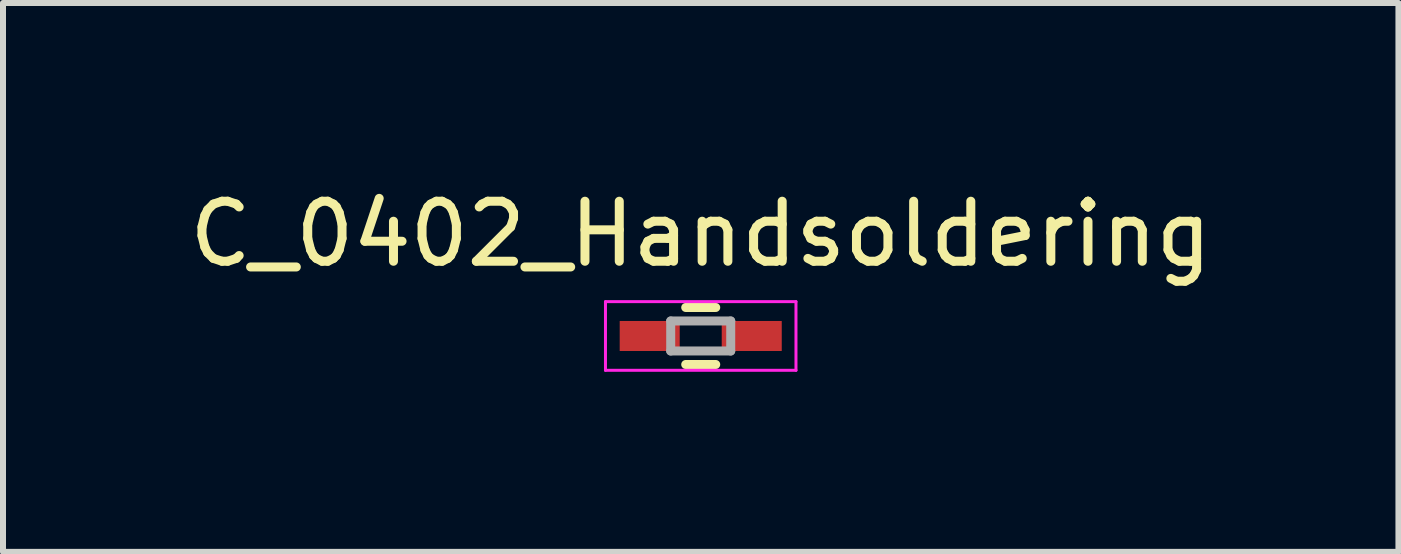
<source format=kicad_pcb>
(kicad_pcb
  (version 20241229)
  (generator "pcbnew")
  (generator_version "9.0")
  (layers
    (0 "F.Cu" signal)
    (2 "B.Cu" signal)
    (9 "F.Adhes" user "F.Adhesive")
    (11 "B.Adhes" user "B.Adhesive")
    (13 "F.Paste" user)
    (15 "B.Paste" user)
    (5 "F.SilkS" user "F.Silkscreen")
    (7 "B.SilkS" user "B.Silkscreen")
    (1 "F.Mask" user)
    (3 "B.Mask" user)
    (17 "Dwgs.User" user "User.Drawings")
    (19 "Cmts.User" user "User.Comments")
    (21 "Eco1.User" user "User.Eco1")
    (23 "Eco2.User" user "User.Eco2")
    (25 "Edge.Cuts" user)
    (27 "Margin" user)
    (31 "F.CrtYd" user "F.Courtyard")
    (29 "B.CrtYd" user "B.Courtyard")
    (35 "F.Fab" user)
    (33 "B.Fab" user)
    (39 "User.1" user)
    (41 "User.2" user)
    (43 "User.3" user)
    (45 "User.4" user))
  (footprint "C_0402_Handsoldering"
    (layer "F.Cu")
    (at 8.625 2.548)
    (property "Reference" "C_0402_Handsoldering" (at 0 -1.7 0) (layer "F.SilkS") (effects (font (size 1 1) (thickness 0.15))))
    (attr smd)
    (fp_line (start -0.25 0.475) (end 0.25 0.475) (stroke (width 0.15) (type solid)) (layer "F.SilkS"))
    (fp_line (start 0.25 -0.475) (end -0.25 -0.475) (stroke (width 0.15) (type solid)) (layer "F.SilkS"))
    (fp_line (start -1.587 -0.572) (end -1.587 0.572) (stroke (width 0.05) (type solid)) (layer "F.CrtYd"))
    (fp_line (start -1.587 -0.572) (end 1.587 -0.572) (stroke (width 0.05) (type solid)) (layer "F.CrtYd"))
    (fp_line (start -1.587 0.572) (end 1.587 0.572) (stroke (width 0.05) (type solid)) (layer "F.CrtYd"))
    (fp_line (start 1.587 -0.572) (end 1.587 0.572) (stroke (width 0.05) (type solid)) (layer "F.CrtYd"))
    (fp_line (start -0.5 -0.25) (end 0.5 -0.25) (stroke (width 0.15) (type solid)) (layer "F.Fab"))
    (fp_line (start -0.5 0.25) (end -0.5 -0.25) (stroke (width 0.15) (type solid)) (layer "F.Fab"))
    (fp_line (start 0.5 -0.25) (end 0.5 0.25) (stroke (width 0.15) (type solid)) (layer "F.Fab"))
    (fp_line (start 0.5 0.25) (end -0.5 0.25) (stroke (width 0.15) (type solid)) (layer "F.Fab"))
    (pad "1" smd rect (at -0.85 0) (size 1 0.5) (layers "F.Cu" "F.Mask" "F.Paste"))
    (pad "2" smd rect (at 0.85 0) (size 1 0.5) (layers "F.Cu" "F.Mask" "F.Paste")))
  (gr_rect
    (start -3 -3)
    (end 20.25 6.145)
    (stroke (width 0.1) (type default))
    (fill no)
    (layer "Edge.Cuts")))
</source>
